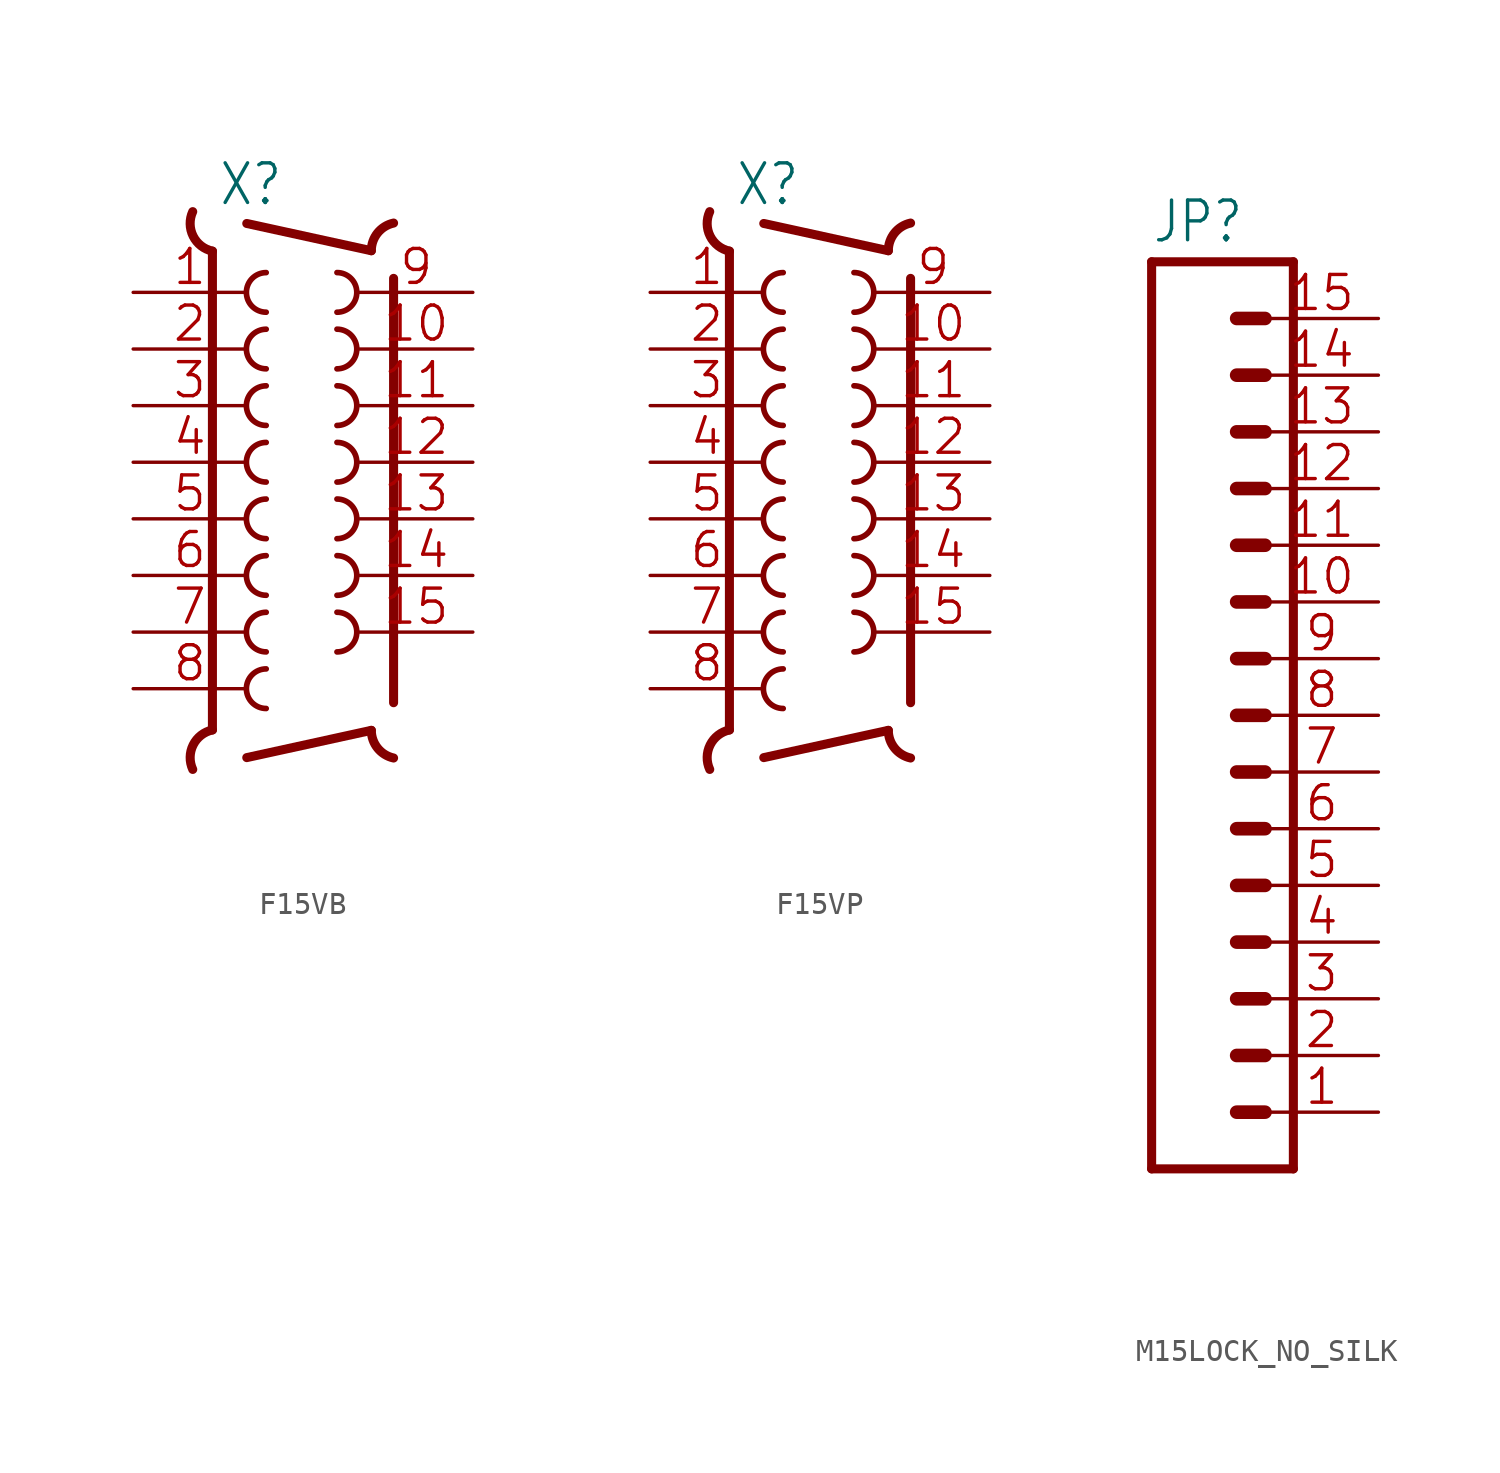
<source format=kicad_sym>
(kicad_symbol_lib
  (version 20241209)
  (generator "kicad_symbol_editor")
  (generator_version "9.0")
  (symbol "F15VB"
    (property "Reference" "X"
      (at -3.81 11.43 0)
      (effects (font (size 1.778 1.511)) (justify left bottom)))
    (property "Value" ""
      (at -4.445 -15.875 0)
      (effects (font (size 1.778 1.511)) (justify left bottom)))
    (property "ki_locked" ""
      (at 0 0 0)
      (effects (font (size 1.27 1.27))))
    (symbol "F15VB_1_0"
      (polyline (pts (xy -4.064 -12.011) (xy -4.064 9.471)) (stroke (width 0.406) (type solid)) (fill (type none)))
      (arc (start -4.064 9.4712) (mid -4.9294 10.1452) (end -4.9471 11.242) (stroke (width 0.4064) (type solid)) (fill (type none)))
      (arc (start -4.9467 -13.7821) (mid -4.9293 -12.6853) (end -4.064 -12.0112) (stroke (width 0.4064) (type solid)) (fill (type none)))
      (polyline (pts (xy -2.523 10.712) (xy 3.065 9.489)) (stroke (width 0.406) (type solid)) (fill (type none)))
      (polyline (pts (xy -2.523 -13.252) (xy 3.065 -12.029)) (stroke (width 0.406) (type solid)) (fill (type none)))
      (arc (start -1.651 6.731) (mid -2.54 7.62) (end -1.651 8.509) (stroke (width 0.254) (type solid)) (fill (type none)))
      (arc (start -1.651 4.191) (mid -2.54 5.08) (end -1.651 5.969) (stroke (width 0.254) (type solid)) (fill (type none)))
      (arc (start -1.651 1.651) (mid -2.54 2.54) (end -1.651 3.429) (stroke (width 0.254) (type solid)) (fill (type none)))
      (arc (start -1.651 -0.889) (mid -2.54 0) (end -1.651 0.889) (stroke (width 0.254) (type solid)) (fill (type none)))
      (arc (start -1.651 -3.429) (mid -2.54 -2.54) (end -1.651 -1.651) (stroke (width 0.254) (type solid)) (fill (type none)))
      (arc (start -1.651 -5.969) (mid -2.54 -5.08) (end -1.651 -4.191) (stroke (width 0.254) (type solid)) (fill (type none)))
      (arc (start -1.651 -8.509) (mid -2.54 -7.62) (end -1.651 -6.731) (stroke (width 0.254) (type solid)) (fill (type none)))
      (arc (start -1.651 -11.049) (mid -2.54 -10.16) (end -1.651 -9.271) (stroke (width 0.254) (type solid)) (fill (type none)))
      (arc (start 1.524 8.509) (mid 2.413 7.62) (end 1.524 6.731) (stroke (width 0.254) (type solid)) (fill (type none)))
      (arc (start 1.524 5.969) (mid 2.413 5.08) (end 1.524 4.191) (stroke (width 0.254) (type solid)) (fill (type none)))
      (arc (start 1.524 3.429) (mid 2.413 2.54) (end 1.524 1.651) (stroke (width 0.254) (type solid)) (fill (type none)))
      (arc (start 1.524 0.889) (mid 2.413 0) (end 1.524 -0.889) (stroke (width 0.254) (type solid)) (fill (type none)))
      (arc (start 1.524 -1.651) (mid 2.413 -2.54) (end 1.524 -3.429) (stroke (width 0.254) (type solid)) (fill (type none)))
      (arc (start 1.524 -4.191) (mid 2.413 -5.08) (end 1.524 -5.969) (stroke (width 0.254) (type solid)) (fill (type none)))
      (arc (start 1.524 -6.731) (mid 2.413 -7.62) (end 1.524 -8.509) (stroke (width 0.254) (type solid)) (fill (type none)))
      (polyline (pts (xy 4.064 -10.789) (xy 4.064 8.249)) (stroke (width 0.406) (type solid)) (fill (type none)))
      (arc (start 4.0639 -13.27) (mid 3.3461 -12.8256) (end 3.0654 -12.0294) (stroke (width 0.4064) (type solid)) (fill (type none)))
      (arc (start 3.0654 9.4895) (mid 3.3459 10.2859) (end 4.0638 10.7304) (stroke (width 0.4064) (type solid)) (fill (type none)))
      (pin passive line (at -7.62 7.62 0) (length 5.08) (name "1" (effects (font (size 0 0)))) (number "1" (effects (font (size 1.524 1.524)))))
      (pin passive line (at -7.62 5.08 0) (length 5.08) (name "2" (effects (font (size 0 0)))) (number "2" (effects (font (size 1.524 1.524)))))
      (pin passive line (at -7.62 2.54 0) (length 5.08) (name "3" (effects (font (size 0 0)))) (number "3" (effects (font (size 1.524 1.524)))))
      (pin passive line (at -7.62 0 0) (length 5.08) (name "4" (effects (font (size 0 0)))) (number "4" (effects (font (size 1.524 1.524)))))
      (pin passive line (at -7.62 -2.54 0) (length 5.08) (name "5" (effects (font (size 0 0)))) (number "5" (effects (font (size 1.524 1.524)))))
      (pin passive line (at -7.62 -5.08 0) (length 5.08) (name "6" (effects (font (size 0 0)))) (number "6" (effects (font (size 1.524 1.524)))))
      (pin passive line (at -7.62 -7.62 0) (length 5.08) (name "7" (effects (font (size 0 0)))) (number "7" (effects (font (size 1.524 1.524)))))
      (pin passive line (at -7.62 -10.16 0) (length 5.08) (name "8" (effects (font (size 0 0)))) (number "8" (effects (font (size 1.524 1.524)))))
      (pin passive line (at 7.62 7.62 180) (length 5.08) (name "9" (effects (font (size 0 0)))) (number "9" (effects (font (size 1.524 1.524)))))
      (pin passive line (at 7.62 5.08 180) (length 5.08) (name "10" (effects (font (size 0 0)))) (number "10" (effects (font (size 1.524 1.524)))))
      (pin passive line (at 7.62 2.54 180) (length 5.08) (name "11" (effects (font (size 0 0)))) (number "11" (effects (font (size 1.524 1.524)))))
      (pin passive line (at 7.62 0 180) (length 5.08) (name "12" (effects (font (size 0 0)))) (number "12" (effects (font (size 1.524 1.524)))))
      (pin passive line (at 7.62 -2.54 180) (length 5.08) (name "13" (effects (font (size 0 0)))) (number "13" (effects (font (size 1.524 1.524)))))
      (pin passive line (at 7.62 -5.08 180) (length 5.08) (name "14" (effects (font (size 0 0)))) (number "14" (effects (font (size 1.524 1.524)))))
      (pin passive line (at 7.62 -7.62 180) (length 5.08) (name "15" (effects (font (size 0 0)))) (number "15" (effects (font (size 1.524 1.524)))))))
  (symbol "F15VP"
    (property "Reference" "X"
      (at -3.81 11.43 0)
      (effects (font (size 1.778 1.511)) (justify left bottom)))
    (property "Value" ""
      (at -4.445 -15.875 0)
      (effects (font (size 1.778 1.511)) (justify left bottom)))
    (property "ki_locked" ""
      (at 0 0 0)
      (effects (font (size 1.27 1.27))))
    (symbol "F15VP_1_0"
      (polyline (pts (xy -4.064 -12.011) (xy -4.064 9.471)) (stroke (width 0.406) (type solid)) (fill (type none)))
      (arc (start -4.064 9.4712) (mid -4.9294 10.1452) (end -4.9471 11.242) (stroke (width 0.4064) (type solid)) (fill (type none)))
      (arc (start -4.9467 -13.7821) (mid -4.9293 -12.6853) (end -4.064 -12.0112) (stroke (width 0.4064) (type solid)) (fill (type none)))
      (polyline (pts (xy -2.523 10.712) (xy 3.065 9.489)) (stroke (width 0.406) (type solid)) (fill (type none)))
      (polyline (pts (xy -2.523 -13.252) (xy 3.065 -12.029)) (stroke (width 0.406) (type solid)) (fill (type none)))
      (arc (start -1.651 6.731) (mid -2.54 7.62) (end -1.651 8.509) (stroke (width 0.254) (type solid)) (fill (type none)))
      (arc (start -1.651 4.191) (mid -2.54 5.08) (end -1.651 5.969) (stroke (width 0.254) (type solid)) (fill (type none)))
      (arc (start -1.651 1.651) (mid -2.54 2.54) (end -1.651 3.429) (stroke (width 0.254) (type solid)) (fill (type none)))
      (arc (start -1.651 -0.889) (mid -2.54 0) (end -1.651 0.889) (stroke (width 0.254) (type solid)) (fill (type none)))
      (arc (start -1.651 -3.429) (mid -2.54 -2.54) (end -1.651 -1.651) (stroke (width 0.254) (type solid)) (fill (type none)))
      (arc (start -1.651 -5.969) (mid -2.54 -5.08) (end -1.651 -4.191) (stroke (width 0.254) (type solid)) (fill (type none)))
      (arc (start -1.651 -8.509) (mid -2.54 -7.62) (end -1.651 -6.731) (stroke (width 0.254) (type solid)) (fill (type none)))
      (arc (start -1.651 -11.049) (mid -2.54 -10.16) (end -1.651 -9.271) (stroke (width 0.254) (type solid)) (fill (type none)))
      (arc (start 1.524 8.509) (mid 2.413 7.62) (end 1.524 6.731) (stroke (width 0.254) (type solid)) (fill (type none)))
      (arc (start 1.524 5.969) (mid 2.413 5.08) (end 1.524 4.191) (stroke (width 0.254) (type solid)) (fill (type none)))
      (arc (start 1.524 3.429) (mid 2.413 2.54) (end 1.524 1.651) (stroke (width 0.254) (type solid)) (fill (type none)))
      (arc (start 1.524 0.889) (mid 2.413 0) (end 1.524 -0.889) (stroke (width 0.254) (type solid)) (fill (type none)))
      (arc (start 1.524 -1.651) (mid 2.413 -2.54) (end 1.524 -3.429) (stroke (width 0.254) (type solid)) (fill (type none)))
      (arc (start 1.524 -4.191) (mid 2.413 -5.08) (end 1.524 -5.969) (stroke (width 0.254) (type solid)) (fill (type none)))
      (arc (start 1.524 -6.731) (mid 2.413 -7.62) (end 1.524 -8.509) (stroke (width 0.254) (type solid)) (fill (type none)))
      (polyline (pts (xy 4.064 -10.789) (xy 4.064 8.249)) (stroke (width 0.406) (type solid)) (fill (type none)))
      (arc (start 4.0639 -13.27) (mid 3.3461 -12.8256) (end 3.0654 -12.0294) (stroke (width 0.4064) (type solid)) (fill (type none)))
      (arc (start 3.0654 9.4895) (mid 3.3459 10.2859) (end 4.0638 10.7304) (stroke (width 0.4064) (type solid)) (fill (type none)))
      (pin passive line (at -7.62 7.62 0) (length 5.08) (name "1" (effects (font (size 0 0)))) (number "1" (effects (font (size 1.524 1.524)))))
      (pin passive line (at -7.62 5.08 0) (length 5.08) (name "2" (effects (font (size 0 0)))) (number "2" (effects (font (size 1.524 1.524)))))
      (pin passive line (at -7.62 2.54 0) (length 5.08) (name "3" (effects (font (size 0 0)))) (number "3" (effects (font (size 1.524 1.524)))))
      (pin passive line (at -7.62 0 0) (length 5.08) (name "4" (effects (font (size 0 0)))) (number "4" (effects (font (size 1.524 1.524)))))
      (pin passive line (at -7.62 -2.54 0) (length 5.08) (name "5" (effects (font (size 0 0)))) (number "5" (effects (font (size 1.524 1.524)))))
      (pin passive line (at -7.62 -5.08 0) (length 5.08) (name "6" (effects (font (size 0 0)))) (number "6" (effects (font (size 1.524 1.524)))))
      (pin passive line (at -7.62 -7.62 0) (length 5.08) (name "7" (effects (font (size 0 0)))) (number "7" (effects (font (size 1.524 1.524)))))
      (pin passive line (at -7.62 -10.16 0) (length 5.08) (name "8" (effects (font (size 0 0)))) (number "8" (effects (font (size 1.524 1.524)))))
      (pin passive line (at 7.62 7.62 180) (length 5.08) (name "9" (effects (font (size 0 0)))) (number "9" (effects (font (size 1.524 1.524)))))
      (pin passive line (at 7.62 5.08 180) (length 5.08) (name "10" (effects (font (size 0 0)))) (number "10" (effects (font (size 1.524 1.524)))))
      (pin passive line (at 7.62 2.54 180) (length 5.08) (name "11" (effects (font (size 0 0)))) (number "11" (effects (font (size 1.524 1.524)))))
      (pin passive line (at 7.62 0 180) (length 5.08) (name "12" (effects (font (size 0 0)))) (number "12" (effects (font (size 1.524 1.524)))))
      (pin passive line (at 7.62 -2.54 180) (length 5.08) (name "13" (effects (font (size 0 0)))) (number "13" (effects (font (size 1.524 1.524)))))
      (pin passive line (at 7.62 -5.08 180) (length 5.08) (name "14" (effects (font (size 0 0)))) (number "14" (effects (font (size 1.524 1.524)))))
      (pin passive line (at 7.62 -7.62 180) (length 5.08) (name "15" (effects (font (size 0 0)))) (number "15" (effects (font (size 1.524 1.524)))))))
  (symbol "M15LOCK_NO_SILK"
    (property "Reference" "JP"
      (at 0 21.082 0)
      (effects (font (size 1.778 1.511)) (justify left bottom)))
    (property "Value" ""
      (at 0 -22.86 0)
      (effects (font (size 1.778 1.511)) (justify left bottom)))
    (property "ki_locked" ""
      (at 0 0 0)
      (effects (font (size 1.27 1.27))))
    (symbol "M15LOCK_NO_SILK_1_0"
      (polyline (pts (xy 0 20.32) (xy 0 -20.32)) (stroke (width 0.406) (type solid)) (fill (type none)))
      (polyline (pts (xy 0 20.32) (xy 6.35 20.32)) (stroke (width 0.406) (type solid)) (fill (type none)))
      (polyline (pts (xy 3.81 17.78) (xy 5.08 17.78)) (stroke (width 0.61) (type solid)) (fill (type none)))
      (polyline (pts (xy 3.81 15.24) (xy 5.08 15.24)) (stroke (width 0.61) (type solid)) (fill (type none)))
      (polyline (pts (xy 3.81 12.7) (xy 5.08 12.7)) (stroke (width 0.61) (type solid)) (fill (type none)))
      (polyline (pts (xy 3.81 10.16) (xy 5.08 10.16)) (stroke (width 0.61) (type solid)) (fill (type none)))
      (polyline (pts (xy 3.81 7.62) (xy 5.08 7.62)) (stroke (width 0.61) (type solid)) (fill (type none)))
      (polyline (pts (xy 3.81 5.08) (xy 5.08 5.08)) (stroke (width 0.61) (type solid)) (fill (type none)))
      (polyline (pts (xy 3.81 2.54) (xy 5.08 2.54)) (stroke (width 0.61) (type solid)) (fill (type none)))
      (polyline (pts (xy 3.81 0) (xy 5.08 0)) (stroke (width 0.61) (type solid)) (fill (type none)))
      (polyline (pts (xy 3.81 -2.54) (xy 5.08 -2.54)) (stroke (width 0.61) (type solid)) (fill (type none)))
      (polyline (pts (xy 3.81 -5.08) (xy 5.08 -5.08)) (stroke (width 0.61) (type solid)) (fill (type none)))
      (polyline (pts (xy 3.81 -7.62) (xy 5.08 -7.62)) (stroke (width 0.61) (type solid)) (fill (type none)))
      (polyline (pts (xy 3.81 -10.16) (xy 5.08 -10.16)) (stroke (width 0.61) (type solid)) (fill (type none)))
      (polyline (pts (xy 3.81 -12.7) (xy 5.08 -12.7)) (stroke (width 0.61) (type solid)) (fill (type none)))
      (polyline (pts (xy 3.81 -15.24) (xy 5.08 -15.24)) (stroke (width 0.61) (type solid)) (fill (type none)))
      (polyline (pts (xy 3.81 -17.78) (xy 5.08 -17.78)) (stroke (width 0.61) (type solid)) (fill (type none)))
      (polyline (pts (xy 6.35 -20.32) (xy 0 -20.32)) (stroke (width 0.406) (type solid)) (fill (type none)))
      (polyline (pts (xy 6.35 -20.32) (xy 6.35 20.32)) (stroke (width 0.406) (type solid)) (fill (type none)))
      (pin passive line (at 10.16 17.78 180) (length 5.08) (name "15" (effects (font (size 0 0)))) (number "15" (effects (font (size 1.524 1.524)))))
      (pin passive line (at 10.16 15.24 180) (length 5.08) (name "14" (effects (font (size 0 0)))) (number "14" (effects (font (size 1.524 1.524)))))
      (pin passive line (at 10.16 12.7 180) (length 5.08) (name "13" (effects (font (size 0 0)))) (number "13" (effects (font (size 1.524 1.524)))))
      (pin passive line (at 10.16 10.16 180) (length 5.08) (name "12" (effects (font (size 0 0)))) (number "12" (effects (font (size 1.524 1.524)))))
      (pin passive line (at 10.16 7.62 180) (length 5.08) (name "11" (effects (font (size 0 0)))) (number "11" (effects (font (size 1.524 1.524)))))
      (pin passive line (at 10.16 5.08 180) (length 5.08) (name "10" (effects (font (size 0 0)))) (number "10" (effects (font (size 1.524 1.524)))))
      (pin passive line (at 10.16 2.54 180) (length 5.08) (name "9" (effects (font (size 0 0)))) (number "9" (effects (font (size 1.524 1.524)))))
      (pin passive line (at 10.16 0 180) (length 5.08) (name "8" (effects (font (size 0 0)))) (number "8" (effects (font (size 1.524 1.524)))))
      (pin passive line (at 10.16 -2.54 180) (length 5.08) (name "7" (effects (font (size 0 0)))) (number "7" (effects (font (size 1.524 1.524)))))
      (pin passive line (at 10.16 -5.08 180) (length 5.08) (name "6" (effects (font (size 0 0)))) (number "6" (effects (font (size 1.524 1.524)))))
      (pin passive line (at 10.16 -7.62 180) (length 5.08) (name "5" (effects (font (size 0 0)))) (number "5" (effects (font (size 1.524 1.524)))))
      (pin passive line (at 10.16 -10.16 180) (length 5.08) (name "4" (effects (font (size 0 0)))) (number "4" (effects (font (size 1.524 1.524)))))
      (pin passive line (at 10.16 -12.7 180) (length 5.08) (name "3" (effects (font (size 0 0)))) (number "3" (effects (font (size 1.524 1.524)))))
      (pin passive line (at 10.16 -15.24 180) (length 5.08) (name "2" (effects (font (size 0 0)))) (number "2" (effects (font (size 1.524 1.524)))))
      (pin passive line (at 10.16 -17.78 180) (length 5.08) (name "1" (effects (font (size 0 0)))) (number "1" (effects (font (size 1.524 1.524))))))))
</source>
